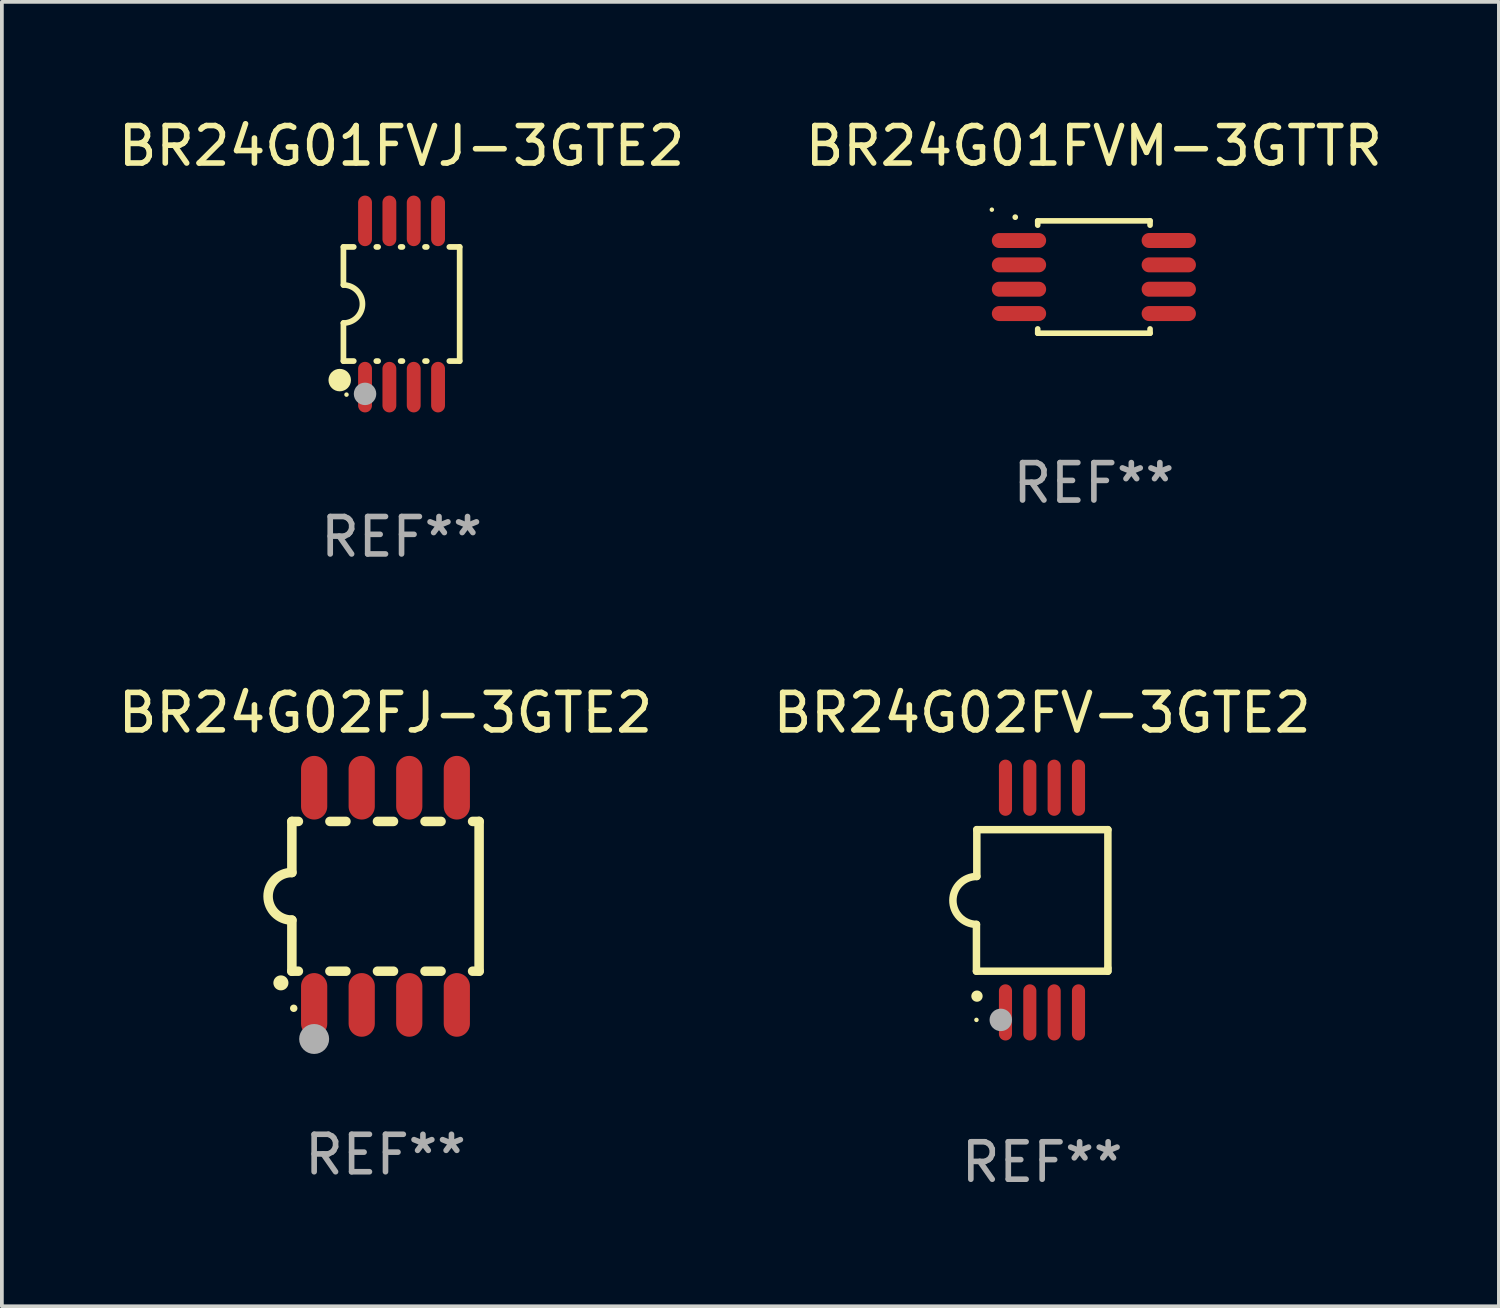
<source format=kicad_pcb>
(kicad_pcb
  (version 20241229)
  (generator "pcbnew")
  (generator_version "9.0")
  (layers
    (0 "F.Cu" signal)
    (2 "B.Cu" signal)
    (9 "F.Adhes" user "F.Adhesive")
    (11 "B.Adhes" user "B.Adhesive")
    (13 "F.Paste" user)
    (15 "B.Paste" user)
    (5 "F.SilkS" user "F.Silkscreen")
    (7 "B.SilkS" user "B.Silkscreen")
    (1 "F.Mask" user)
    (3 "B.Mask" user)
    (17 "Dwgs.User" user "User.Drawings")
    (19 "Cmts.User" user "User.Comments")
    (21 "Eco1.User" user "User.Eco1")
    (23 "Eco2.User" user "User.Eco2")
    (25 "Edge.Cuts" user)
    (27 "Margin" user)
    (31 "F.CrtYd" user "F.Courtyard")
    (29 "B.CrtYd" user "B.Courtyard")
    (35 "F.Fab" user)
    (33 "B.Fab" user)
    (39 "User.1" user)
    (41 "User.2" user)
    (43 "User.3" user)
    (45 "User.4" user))
  (footprint "BR24G02FJ-3GTE2"
    (layer "F.Cu")
    (at 7.244 20.885)
    (property "Reference" "BR24G02FJ-3GTE2" (at 0 -4.9 0) (layer "F.SilkS") (effects (font (size 1 1) (thickness 0.15))))
    (attr through_hole)
    (fp_line (start -2.5 -2) (end -2.5 -0.635) (stroke (width 0.254) (type solid)) (layer "F.SilkS"))
    (fp_line (start -2.5 -2) (end -2.326 -2) (stroke (width 0.254) (type solid)) (layer "F.SilkS"))
    (fp_line (start -2.5 2) (end -2.5 0.635) (stroke (width 0.254) (type solid)) (layer "F.SilkS"))
    (fp_line (start -2.5 2) (end -2.326 2) (stroke (width 0.254) (type solid)) (layer "F.SilkS"))
    (fp_line (start -1.484 -2) (end -1.056 -2) (stroke (width 0.254) (type solid)) (layer "F.SilkS"))
    (fp_line (start -1.484 2) (end -1.056 2) (stroke (width 0.254) (type solid)) (layer "F.SilkS"))
    (fp_line (start -0.214 -2) (end 0.214 -2) (stroke (width 0.254) (type solid)) (layer "F.SilkS"))
    (fp_line (start -0.214 2) (end 0.214 2) (stroke (width 0.254) (type solid)) (layer "F.SilkS"))
    (fp_line (start 1.056 -2) (end 1.484 -2) (stroke (width 0.254) (type solid)) (layer "F.SilkS"))
    (fp_line (start 1.056 2) (end 1.484 2) (stroke (width 0.254) (type solid)) (layer "F.SilkS"))
    (fp_line (start 2.326 -2) (end 2.5 -2) (stroke (width 0.254) (type solid)) (layer "F.SilkS"))
    (fp_line (start 2.326 2) (end 2.5 2) (stroke (width 0.254) (type solid)) (layer "F.SilkS"))
    (fp_line (start 2.5 -2) (end 2.5 2) (stroke (width 0.254) (type solid)) (layer "F.SilkS"))
    (fp_arc (start -2.794006 2.311405) (mid -2.792736 2.311401) (end -2.791466 2.311405) (stroke (width 0.4) (type solid)) (layer "F.SilkS"))
    (fp_arc (start -2.5 0.635001) (mid -3.134366 -0.000318) (end -2.499365 -0.635001) (stroke (width 0.254001) (type solid)) (layer "F.SilkS"))
    (fp_circle (center -2.45 2.99) (end -2.4 2.99) (stroke (width 0.1) (type solid)) (fill no) (layer "F.SilkS"))
    (fp_circle (center -1.905 3.81) (end -1.705 3.81) (stroke (width 0.4) (type solid)) (fill no) (layer "F.Fab"))
    (fp_text user "REF**" (at 0 6.9 0) (layer "F.Fab") (effects (font (size 1 1) (thickness 0.15))))
    (pad "1" smd oval (at -1.905 2.9 180) (size 0.7 1.7) (layers "F.Cu" "F.Mask" "F.Paste"))
    (pad "2" smd oval (at -0.635 2.9 180) (size 0.7 1.7) (layers "F.Cu" "F.Mask" "F.Paste"))
    (pad "3" smd oval (at 0.635 2.9 180) (size 0.7 1.7) (layers "F.Cu" "F.Mask" "F.Paste"))
    (pad "4" smd oval (at 1.905 2.9 180) (size 0.7 1.7) (layers "F.Cu" "F.Mask" "F.Paste"))
    (pad "5" smd oval (at 1.905 -2.9 180) (size 0.7 1.7) (layers "F.Cu" "F.Mask" "F.Paste"))
    (pad "6" smd oval (at 0.635 -2.9 180) (size 0.7 1.7) (layers "F.Cu" "F.Mask" "F.Paste"))
    (pad "7" smd oval (at -0.635 -2.9 180) (size 0.7 1.7) (layers "F.Cu" "F.Mask" "F.Paste"))
    (pad "8" smd oval (at -1.905 -2.9 180) (size 0.7 1.7) (layers "F.Cu" "F.Mask" "F.Paste")))
  (footprint "BR24G01FVJ-3GTE2"
    (layer "F.Cu")
    (at 7.673 5.068)
    (property "Reference" "BR24G01FVJ-3GTE2" (at 0 -4.22 0) (layer "F.SilkS") (effects (font (size 1 1) (thickness 0.15))))
    (attr through_hole)
    (fp_line (start -1.552 -1.524) (end -1.276 -1.524) (stroke (width 0.152) (type solid)) (layer "F.SilkS"))
    (fp_line (start -1.552 -0.508) (end -1.552 -1.524) (stroke (width 0.152) (type solid)) (layer "F.SilkS"))
    (fp_line (start -1.552 1.524) (end -1.552 0.508) (stroke (width 0.152) (type solid)) (layer "F.SilkS"))
    (fp_line (start -1.552 1.524) (end -1.276 1.524) (stroke (width 0.152) (type solid)) (layer "F.SilkS"))
    (fp_line (start -0.674 -1.524) (end -0.626 -1.524) (stroke (width 0.152) (type solid)) (layer "F.SilkS"))
    (fp_line (start -0.674 1.524) (end -0.626 1.524) (stroke (width 0.152) (type solid)) (layer "F.SilkS"))
    (fp_line (start -0.024 -1.524) (end 0.024 -1.524) (stroke (width 0.152) (type solid)) (layer "F.SilkS"))
    (fp_line (start -0.024 1.524) (end 0.024 1.524) (stroke (width 0.152) (type solid)) (layer "F.SilkS"))
    (fp_line (start 0.626 -1.524) (end 0.674 -1.524) (stroke (width 0.152) (type solid)) (layer "F.SilkS"))
    (fp_line (start 0.626 1.524) (end 0.674 1.524) (stroke (width 0.152) (type solid)) (layer "F.SilkS"))
    (fp_line (start 1.276 1.524) (end 1.552 1.524) (stroke (width 0.152) (type solid)) (layer "F.SilkS"))
    (fp_line (start 1.276 -1.524) (end 1.552 -1.524) (stroke (width 0.152) (type solid)) (layer "F.SilkS"))
    (fp_line (start 1.552 -1.524) (end 1.552 1.524) (stroke (width 0.152) (type solid)) (layer "F.SilkS"))
    (fp_arc (start -1.551943 -0.508001) (mid -1.043942 0) (end -1.551943 0.508001) (stroke (width 0.151994) (type solid)) (layer "F.SilkS"))
    (fp_circle (center -1.651 2.032) (end -1.501 2.032) (stroke (width 0.3) (type solid)) (fill no) (layer "F.SilkS"))
    (fp_circle (center -1.47 2.42) (end -1.44 2.42) (stroke (width 0.06) (type solid)) (fill no) (layer "F.SilkS"))
    (fp_circle (center -0.975 2.4) (end -0.825 2.4) (stroke (width 0.3) (type solid)) (fill no) (layer "F.Fab"))
    (fp_text user "REF**" (at 0 6.22 0) (layer "F.Fab") (effects (font (size 1 1) (thickness 0.15))))
    (pad "1" smd oval (at -0.975 2.22) (size 0.37 1.35) (layers "F.Cu" "F.Mask" "F.Paste"))
    (pad "2" smd oval (at -0.325 2.22) (size 0.37 1.35) (layers "F.Cu" "F.Mask" "F.Paste"))
    (pad "3" smd oval (at 0.325 2.22) (size 0.37 1.35) (layers "F.Cu" "F.Mask" "F.Paste"))
    (pad "4" smd oval (at 0.975 2.22) (size 0.37 1.35) (layers "F.Cu" "F.Mask" "F.Paste"))
    (pad "5" smd oval (at 0.975 -2.22) (size 0.37 1.35) (layers "F.Cu" "F.Mask" "F.Paste"))
    (pad "6" smd oval (at 0.325 -2.22) (size 0.37 1.35) (layers "F.Cu" "F.Mask" "F.Paste"))
    (pad "7" smd oval (at -0.325 -2.22) (size 0.37 1.35) (layers "F.Cu" "F.Mask" "F.Paste"))
    (pad "8" smd oval (at -0.975 -2.22) (size 0.37 1.35) (layers "F.Cu" "F.Mask" "F.Paste")))
  (footprint "BR24G01FVM-3GTTR"
    (layer "F.Cu")
    (at 26.161 4.348)
    (property "Reference" "BR24G01FVM-3GTTR" (at 0 -3.5 0) (layer "F.SilkS") (effects (font (size 1 1) (thickness 0.15))))
    (attr through_hole)
    (fp_line (start -1.5 -1.5) (end 1.5 -1.5) (stroke (width 0.15) (type solid)) (layer "F.SilkS"))
    (fp_line (start -1.5 -1.385) (end -1.5 -1.5) (stroke (width 0.15) (type solid)) (layer "F.SilkS"))
    (fp_line (start -1.5 1.5) (end -1.5 1.385) (stroke (width 0.15) (type solid)) (layer "F.SilkS"))
    (fp_line (start 1.5 -1.5) (end 1.5 -1.385) (stroke (width 0.15) (type solid)) (layer "F.SilkS"))
    (fp_line (start 1.5 1.385) (end 1.5 1.5) (stroke (width 0.15) (type solid)) (layer "F.SilkS"))
    (fp_line (start 1.5 1.5) (end -1.5 1.5) (stroke (width 0.15) (type solid)) (layer "F.SilkS"))
    (fp_arc (start -2.099873 -1.59746) (mid -2.099879 -1.59873) (end -2.099873 -1.6) (stroke (width 0.150013) (type solid)) (layer "F.SilkS"))
    (fp_circle (center -2.725 -1.799) (end -2.695 -1.799) (stroke (width 0.06) (type solid)) (fill no) (layer "F.SilkS"))
    (fp_text user "REF**" (at 0 5.5 0) (layer "F.Fab") (effects (font (size 1 1) (thickness 0.15))))
    (pad "1" smd oval (at -2 -0.975 180) (size 1.45 0.4) (layers "F.Cu" "F.Mask" "F.Paste"))
    (pad "2" smd oval (at -2 -0.325 180) (size 1.45 0.4) (layers "F.Cu" "F.Mask" "F.Paste"))
    (pad "3" smd oval (at -2 0.325 180) (size 1.45 0.4) (layers "F.Cu" "F.Mask" "F.Paste"))
    (pad "4" smd oval (at -2 0.975 180) (size 1.45 0.4) (layers "F.Cu" "F.Mask" "F.Paste"))
    (pad "5" smd oval (at 2 0.975 180) (size 1.45 0.4) (layers "F.Cu" "F.Mask" "F.Paste"))
    (pad "6" smd oval (at 2 0.325 180) (size 1.45 0.4) (layers "F.Cu" "F.Mask" "F.Paste"))
    (pad "7" smd oval (at 2 -0.325 180) (size 1.45 0.4) (layers "F.Cu" "F.Mask" "F.Paste"))
    (pad "8" smd oval (at 2 -0.976 180) (size 1.45 0.4) (layers "F.Cu" "F.Mask" "F.Paste")))
  (footprint "BR24G02FV-3GTE2"
    (layer "F.Cu")
    (at 24.78 20.985)
    (property "Reference" "BR24G02FV-3GTE2" (at 0 -5 0) (layer "F.SilkS") (effects (font (size 1 1) (thickness 0.15))))
    (attr through_hole)
    (fp_line (start -1.755 1.9) (end -1.755 0.65) (stroke (width 0.2) (type solid)) (layer "F.SilkS"))
    (fp_line (start -1.745 -1.88) (end -1.745 -0.63) (stroke (width 0.2) (type solid)) (layer "F.SilkS"))
    (fp_line (start -1.745 -1.88) (end 1.755 -1.88) (stroke (width 0.2) (type solid)) (layer "F.SilkS"))
    (fp_line (start 1.755 -1.88) (end 1.755 1.82) (stroke (width 0.2) (type solid)) (layer "F.SilkS"))
    (fp_line (start 1.755 1.82) (end 1.755 1.9) (stroke (width 0.2) (type solid)) (layer "F.SilkS"))
    (fp_line (start 1.755 1.9) (end -1.755 1.9) (stroke (width 0.2) (type solid)) (layer "F.SilkS"))
    (fp_arc (start -1.754991 0.649987) (mid -2.384769 0.004968) (end -1.744779 -0.62992) (stroke (width 0.2) (type solid)) (layer "F.SilkS"))
    (fp_arc (start -1.742367 2.565405) (mid -1.741097 2.5654) (end -1.739827 2.565405) (stroke (width 0.3) (type solid)) (layer "F.SilkS"))
    (fp_circle (center -1.755 3.2) (end -1.725 3.2) (stroke (width 0.06) (type solid)) (fill no) (layer "F.SilkS"))
    (fp_circle (center -1.105 3.2) (end -0.955 3.2) (stroke (width 0.3) (type solid)) (fill no) (layer "F.Fab"))
    (fp_text user "REF**" (at 0 7 0) (layer "F.Fab") (effects (font (size 1 1) (thickness 0.15))))
    (pad "1" smd oval (at -0.98 3) (size 0.35 1.5) (layers "F.Cu" "F.Mask" "F.Paste"))
    (pad "2" smd oval (at -0.33 3) (size 0.35 1.5) (layers "F.Cu" "F.Mask" "F.Paste"))
    (pad "3" smd oval (at 0.32 3) (size 0.35 1.5) (layers "F.Cu" "F.Mask" "F.Paste"))
    (pad "4" smd oval (at 0.97 3) (size 0.35 1.5) (layers "F.Cu" "F.Mask" "F.Paste"))
    (pad "5" smd oval (at 0.97 -3) (size 0.35 1.5) (layers "F.Cu" "F.Mask" "F.Paste"))
    (pad "6" smd oval (at 0.32 -3) (size 0.35 1.5) (layers "F.Cu" "F.Mask" "F.Paste"))
    (pad "7" smd oval (at -0.33 -3) (size 0.35 1.5) (layers "F.Cu" "F.Mask" "F.Paste"))
    (pad "8" smd oval (at -0.98 -3) (size 0.35 1.5) (layers "F.Cu" "F.Mask" "F.Paste")))
  (gr_rect
    (start -3 -3)
    (end 36.976 31.833)
    (stroke (width 0.1) (type default))
    (fill no)
    (layer "Edge.Cuts")))
</source>
